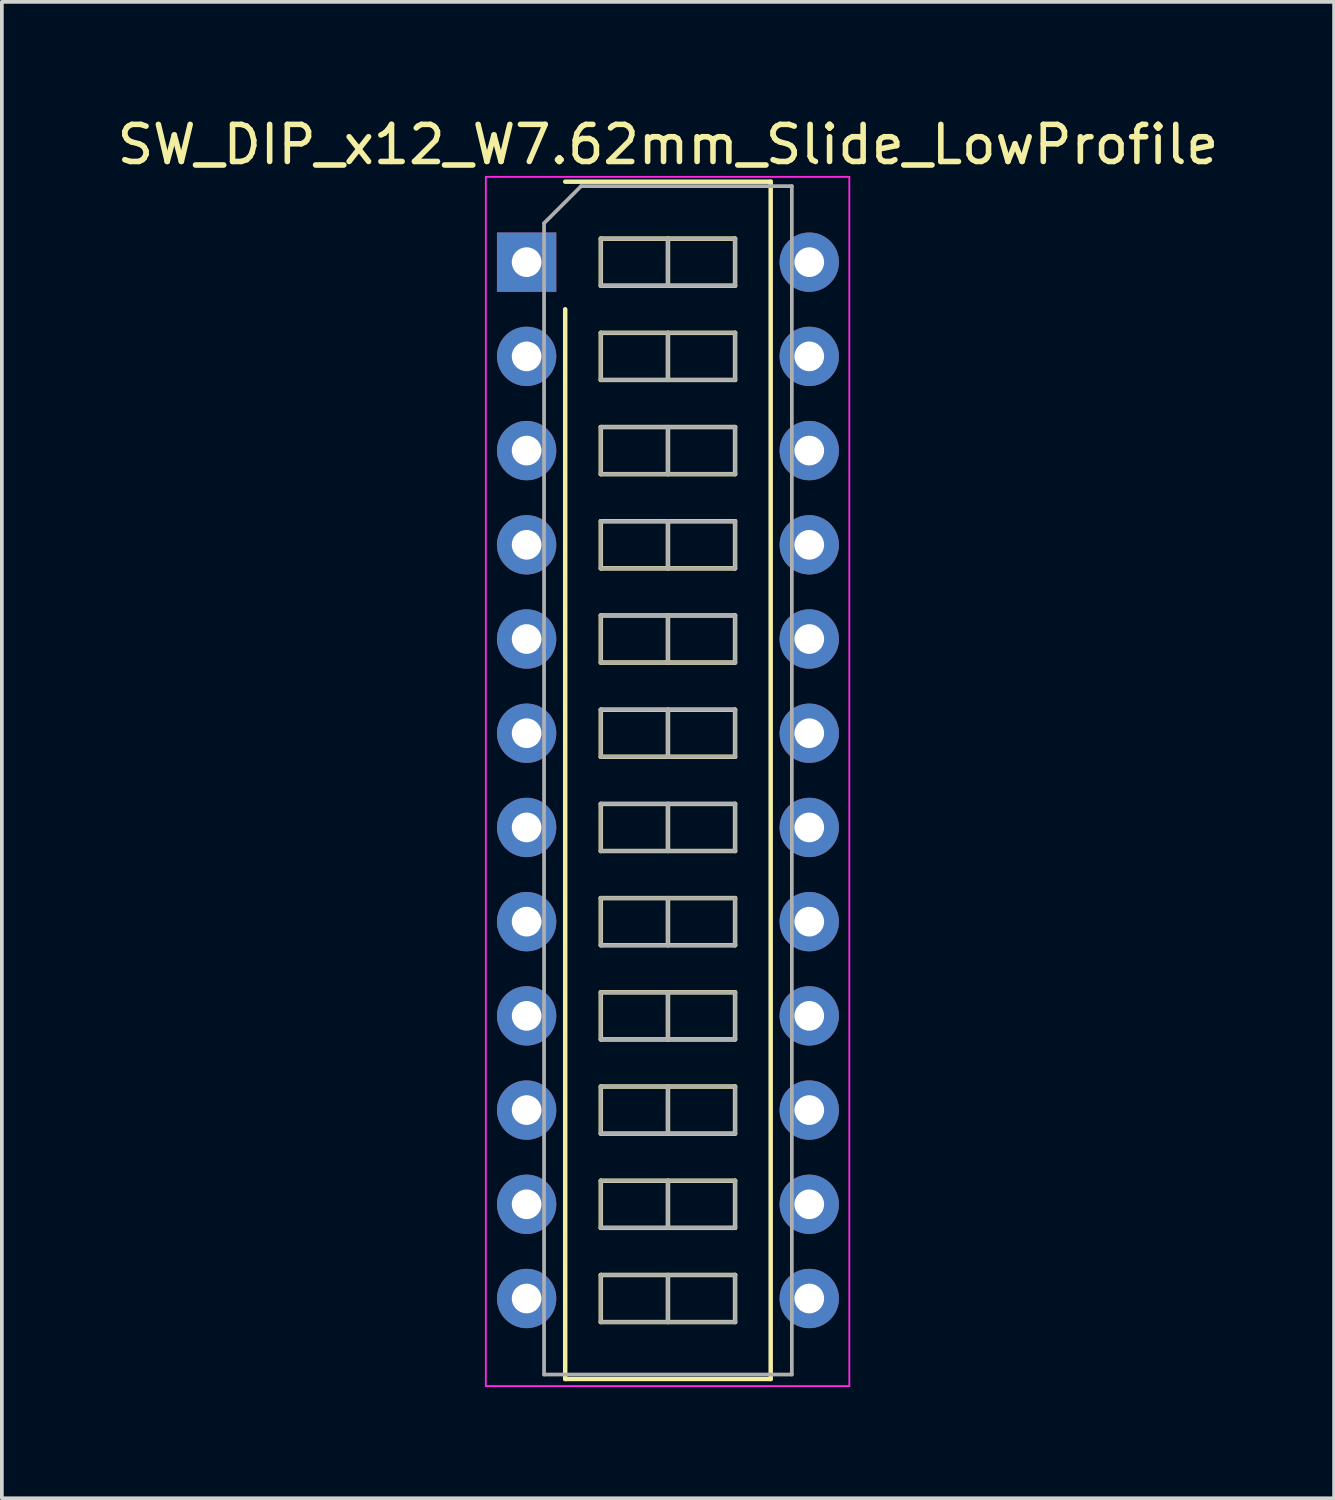
<source format=kicad_pcb>
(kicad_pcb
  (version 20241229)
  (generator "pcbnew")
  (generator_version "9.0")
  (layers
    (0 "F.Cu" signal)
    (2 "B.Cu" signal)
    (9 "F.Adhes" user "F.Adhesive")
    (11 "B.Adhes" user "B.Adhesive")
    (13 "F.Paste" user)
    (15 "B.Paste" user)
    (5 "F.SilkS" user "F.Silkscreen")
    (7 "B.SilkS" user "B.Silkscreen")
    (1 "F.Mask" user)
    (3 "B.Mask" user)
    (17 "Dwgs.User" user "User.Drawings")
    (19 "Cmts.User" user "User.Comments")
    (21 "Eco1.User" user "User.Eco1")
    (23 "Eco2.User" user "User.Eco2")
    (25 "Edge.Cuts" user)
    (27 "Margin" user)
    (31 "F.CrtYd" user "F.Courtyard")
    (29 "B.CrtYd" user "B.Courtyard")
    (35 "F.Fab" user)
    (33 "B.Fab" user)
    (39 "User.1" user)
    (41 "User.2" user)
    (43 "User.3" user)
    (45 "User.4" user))
  (footprint "SW_DIP_x12_W7.62mm_Slide_LowProfile"
    (layer "F.Cu")
    (at 11.148 4.018)
    (property "Reference" "SW_DIP_x12_W7.62mm_Slide_LowProfile" (at 3.81 -3.17 0) (layer "F.SilkS") (effects (font (size 1 1) (thickness 0.15))))
    (attr through_hole)
    (fp_line (start 1.04 -2.17) (end 6.58 -2.17) (stroke (width 0.12) (type solid)) (layer "F.SilkS"))
    (fp_line (start 1.04 30.11) (end 1.04 1.27) (stroke (width 0.12) (type solid)) (layer "F.SilkS"))
    (fp_line (start 2 -0.635) (end 2 0.635) (stroke (width 0.12) (type solid)) (layer "F.SilkS"))
    (fp_line (start 2 0.635) (end 5.62 0.635) (stroke (width 0.12) (type solid)) (layer "F.SilkS"))
    (fp_line (start 2 1.905) (end 2 3.175) (stroke (width 0.12) (type solid)) (layer "F.SilkS"))
    (fp_line (start 2 3.175) (end 5.62 3.175) (stroke (width 0.12) (type solid)) (layer "F.SilkS"))
    (fp_line (start 2 4.445) (end 2 5.715) (stroke (width 0.12) (type solid)) (layer "F.SilkS"))
    (fp_line (start 2 5.715) (end 5.62 5.715) (stroke (width 0.12) (type solid)) (layer "F.SilkS"))
    (fp_line (start 2 6.985) (end 2 8.255) (stroke (width 0.12) (type solid)) (layer "F.SilkS"))
    (fp_line (start 2 8.255) (end 5.62 8.255) (stroke (width 0.12) (type solid)) (layer "F.SilkS"))
    (fp_line (start 2 9.525) (end 2 10.795) (stroke (width 0.12) (type solid)) (layer "F.SilkS"))
    (fp_line (start 2 10.795) (end 5.62 10.795) (stroke (width 0.12) (type solid)) (layer "F.SilkS"))
    (fp_line (start 2 12.065) (end 2 13.335) (stroke (width 0.12) (type solid)) (layer "F.SilkS"))
    (fp_line (start 2 13.335) (end 5.62 13.335) (stroke (width 0.12) (type solid)) (layer "F.SilkS"))
    (fp_line (start 2 14.605) (end 2 15.875) (stroke (width 0.12) (type solid)) (layer "F.SilkS"))
    (fp_line (start 2 15.875) (end 5.62 15.875) (stroke (width 0.12) (type solid)) (layer "F.SilkS"))
    (fp_line (start 2 17.145) (end 2 18.415) (stroke (width 0.12) (type solid)) (layer "F.SilkS"))
    (fp_line (start 2 18.415) (end 5.62 18.415) (stroke (width 0.12) (type solid)) (layer "F.SilkS"))
    (fp_line (start 2 19.685) (end 2 20.955) (stroke (width 0.12) (type solid)) (layer "F.SilkS"))
    (fp_line (start 2 20.955) (end 5.62 20.955) (stroke (width 0.12) (type solid)) (layer "F.SilkS"))
    (fp_line (start 2 22.225) (end 2 23.495) (stroke (width 0.12) (type solid)) (layer "F.SilkS"))
    (fp_line (start 2 23.495) (end 5.62 23.495) (stroke (width 0.12) (type solid)) (layer "F.SilkS"))
    (fp_line (start 2 24.765) (end 2 26.035) (stroke (width 0.12) (type solid)) (layer "F.SilkS"))
    (fp_line (start 2 26.035) (end 5.62 26.035) (stroke (width 0.12) (type solid)) (layer "F.SilkS"))
    (fp_line (start 2 27.305) (end 2 28.575) (stroke (width 0.12) (type solid)) (layer "F.SilkS"))
    (fp_line (start 2 28.575) (end 5.62 28.575) (stroke (width 0.12) (type solid)) (layer "F.SilkS"))
    (fp_line (start 3.81 -0.635) (end 3.81 0.635) (stroke (width 0.12) (type solid)) (layer "F.SilkS"))
    (fp_line (start 3.81 1.905) (end 3.81 3.175) (stroke (width 0.12) (type solid)) (layer "F.SilkS"))
    (fp_line (start 3.81 4.445) (end 3.81 5.715) (stroke (width 0.12) (type solid)) (layer "F.SilkS"))
    (fp_line (start 3.81 6.985) (end 3.81 8.255) (stroke (width 0.12) (type solid)) (layer "F.SilkS"))
    (fp_line (start 3.81 9.525) (end 3.81 10.795) (stroke (width 0.12) (type solid)) (layer "F.SilkS"))
    (fp_line (start 3.81 12.065) (end 3.81 13.335) (stroke (width 0.12) (type solid)) (layer "F.SilkS"))
    (fp_line (start 3.81 14.605) (end 3.81 15.875) (stroke (width 0.12) (type solid)) (layer "F.SilkS"))
    (fp_line (start 3.81 17.145) (end 3.81 18.415) (stroke (width 0.12) (type solid)) (layer "F.SilkS"))
    (fp_line (start 3.81 19.685) (end 3.81 20.955) (stroke (width 0.12) (type solid)) (layer "F.SilkS"))
    (fp_line (start 3.81 22.225) (end 3.81 23.495) (stroke (width 0.12) (type solid)) (layer "F.SilkS"))
    (fp_line (start 3.81 24.765) (end 3.81 26.035) (stroke (width 0.12) (type solid)) (layer "F.SilkS"))
    (fp_line (start 3.81 27.305) (end 3.81 28.575) (stroke (width 0.12) (type solid)) (layer "F.SilkS"))
    (fp_line (start 5.62 -0.635) (end 2 -0.635) (stroke (width 0.12) (type solid)) (layer "F.SilkS"))
    (fp_line (start 5.62 0.635) (end 5.62 -0.635) (stroke (width 0.12) (type solid)) (layer "F.SilkS"))
    (fp_line (start 5.62 1.905) (end 2 1.905) (stroke (width 0.12) (type solid)) (layer "F.SilkS"))
    (fp_line (start 5.62 3.175) (end 5.62 1.905) (stroke (width 0.12) (type solid)) (layer "F.SilkS"))
    (fp_line (start 5.62 4.445) (end 2 4.445) (stroke (width 0.12) (type solid)) (layer "F.SilkS"))
    (fp_line (start 5.62 5.715) (end 5.62 4.445) (stroke (width 0.12) (type solid)) (layer "F.SilkS"))
    (fp_line (start 5.62 6.985) (end 2 6.985) (stroke (width 0.12) (type solid)) (layer "F.SilkS"))
    (fp_line (start 5.62 8.255) (end 5.62 6.985) (stroke (width 0.12) (type solid)) (layer "F.SilkS"))
    (fp_line (start 5.62 9.525) (end 2 9.525) (stroke (width 0.12) (type solid)) (layer "F.SilkS"))
    (fp_line (start 5.62 10.795) (end 5.62 9.525) (stroke (width 0.12) (type solid)) (layer "F.SilkS"))
    (fp_line (start 5.62 12.065) (end 2 12.065) (stroke (width 0.12) (type solid)) (layer "F.SilkS"))
    (fp_line (start 5.62 13.335) (end 5.62 12.065) (stroke (width 0.12) (type solid)) (layer "F.SilkS"))
    (fp_line (start 5.62 14.605) (end 2 14.605) (stroke (width 0.12) (type solid)) (layer "F.SilkS"))
    (fp_line (start 5.62 15.875) (end 5.62 14.605) (stroke (width 0.12) (type solid)) (layer "F.SilkS"))
    (fp_line (start 5.62 17.145) (end 2 17.145) (stroke (width 0.12) (type solid)) (layer "F.SilkS"))
    (fp_line (start 5.62 18.415) (end 5.62 17.145) (stroke (width 0.12) (type solid)) (layer "F.SilkS"))
    (fp_line (start 5.62 19.685) (end 2 19.685) (stroke (width 0.12) (type solid)) (layer "F.SilkS"))
    (fp_line (start 5.62 20.955) (end 5.62 19.685) (stroke (width 0.12) (type solid)) (layer "F.SilkS"))
    (fp_line (start 5.62 22.225) (end 2 22.225) (stroke (width 0.12) (type solid)) (layer "F.SilkS"))
    (fp_line (start 5.62 23.495) (end 5.62 22.225) (stroke (width 0.12) (type solid)) (layer "F.SilkS"))
    (fp_line (start 5.62 24.765) (end 2 24.765) (stroke (width 0.12) (type solid)) (layer "F.SilkS"))
    (fp_line (start 5.62 26.035) (end 5.62 24.765) (stroke (width 0.12) (type solid)) (layer "F.SilkS"))
    (fp_line (start 5.62 27.305) (end 2 27.305) (stroke (width 0.12) (type solid)) (layer "F.SilkS"))
    (fp_line (start 5.62 28.575) (end 5.62 27.305) (stroke (width 0.12) (type solid)) (layer "F.SilkS"))
    (fp_line (start 6.58 -2.17) (end 6.58 30.11) (stroke (width 0.12) (type solid)) (layer "F.SilkS"))
    (fp_line (start 6.58 30.11) (end 1.04 30.11) (stroke (width 0.12) (type solid)) (layer "F.SilkS"))
    (fp_line (start -1.1 -2.3) (end -1.1 30.3) (stroke (width 0.05) (type solid)) (layer "F.CrtYd"))
    (fp_line (start -1.1 30.3) (end 8.7 30.3) (stroke (width 0.05) (type solid)) (layer "F.CrtYd"))
    (fp_line (start 8.7 -2.3) (end -1.1 -2.3) (stroke (width 0.05) (type solid)) (layer "F.CrtYd"))
    (fp_line (start 8.7 30.3) (end 8.7 -2.3) (stroke (width 0.05) (type solid)) (layer "F.CrtYd"))
    (fp_line (start 0.47 -1.05) (end 1.47 -2.05) (stroke (width 0.1) (type solid)) (layer "F.Fab"))
    (fp_line (start 0.47 29.99) (end 0.47 -1.05) (stroke (width 0.1) (type solid)) (layer "F.Fab"))
    (fp_line (start 1.47 -2.05) (end 7.15 -2.05) (stroke (width 0.1) (type solid)) (layer "F.Fab"))
    (fp_line (start 2 -0.635) (end 2 0.635) (stroke (width 0.1) (type solid)) (layer "F.Fab"))
    (fp_line (start 2 0.635) (end 5.62 0.635) (stroke (width 0.1) (type solid)) (layer "F.Fab"))
    (fp_line (start 2 1.905) (end 2 3.175) (stroke (width 0.1) (type solid)) (layer "F.Fab"))
    (fp_line (start 2 3.175) (end 5.62 3.175) (stroke (width 0.1) (type solid)) (layer "F.Fab"))
    (fp_line (start 2 4.445) (end 2 5.715) (stroke (width 0.1) (type solid)) (layer "F.Fab"))
    (fp_line (start 2 5.715) (end 5.62 5.715) (stroke (width 0.1) (type solid)) (layer "F.Fab"))
    (fp_line (start 2 6.985) (end 2 8.255) (stroke (width 0.1) (type solid)) (layer "F.Fab"))
    (fp_line (start 2 8.255) (end 5.62 8.255) (stroke (width 0.1) (type solid)) (layer "F.Fab"))
    (fp_line (start 2 9.525) (end 2 10.795) (stroke (width 0.1) (type solid)) (layer "F.Fab"))
    (fp_line (start 2 10.795) (end 5.62 10.795) (stroke (width 0.1) (type solid)) (layer "F.Fab"))
    (fp_line (start 2 12.065) (end 2 13.335) (stroke (width 0.1) (type solid)) (layer "F.Fab"))
    (fp_line (start 2 13.335) (end 5.62 13.335) (stroke (width 0.1) (type solid)) (layer "F.Fab"))
    (fp_line (start 2 14.605) (end 2 15.875) (stroke (width 0.1) (type solid)) (layer "F.Fab"))
    (fp_line (start 2 15.875) (end 5.62 15.875) (stroke (width 0.1) (type solid)) (layer "F.Fab"))
    (fp_line (start 2 17.145) (end 2 18.415) (stroke (width 0.1) (type solid)) (layer "F.Fab"))
    (fp_line (start 2 18.415) (end 5.62 18.415) (stroke (width 0.1) (type solid)) (layer "F.Fab"))
    (fp_line (start 2 19.685) (end 2 20.955) (stroke (width 0.1) (type solid)) (layer "F.Fab"))
    (fp_line (start 2 20.955) (end 5.62 20.955) (stroke (width 0.1) (type solid)) (layer "F.Fab"))
    (fp_line (start 2 22.225) (end 2 23.495) (stroke (width 0.1) (type solid)) (layer "F.Fab"))
    (fp_line (start 2 23.495) (end 5.62 23.495) (stroke (width 0.1) (type solid)) (layer "F.Fab"))
    (fp_line (start 2 24.765) (end 2 26.035) (stroke (width 0.1) (type solid)) (layer "F.Fab"))
    (fp_line (start 2 26.035) (end 5.62 26.035) (stroke (width 0.1) (type solid)) (layer "F.Fab"))
    (fp_line (start 2 27.305) (end 2 28.575) (stroke (width 0.1) (type solid)) (layer "F.Fab"))
    (fp_line (start 2 28.575) (end 5.62 28.575) (stroke (width 0.1) (type solid)) (layer "F.Fab"))
    (fp_line (start 3.81 -0.635) (end 3.81 0.635) (stroke (width 0.1) (type solid)) (layer "F.Fab"))
    (fp_line (start 3.81 1.905) (end 3.81 3.175) (stroke (width 0.1) (type solid)) (layer "F.Fab"))
    (fp_line (start 3.81 4.445) (end 3.81 5.715) (stroke (width 0.1) (type solid)) (layer "F.Fab"))
    (fp_line (start 3.81 6.985) (end 3.81 8.255) (stroke (width 0.1) (type solid)) (layer "F.Fab"))
    (fp_line (start 3.81 9.525) (end 3.81 10.795) (stroke (width 0.1) (type solid)) (layer "F.Fab"))
    (fp_line (start 3.81 12.065) (end 3.81 13.335) (stroke (width 0.1) (type solid)) (layer "F.Fab"))
    (fp_line (start 3.81 14.605) (end 3.81 15.875) (stroke (width 0.1) (type solid)) (layer "F.Fab"))
    (fp_line (start 3.81 17.145) (end 3.81 18.415) (stroke (width 0.1) (type solid)) (layer "F.Fab"))
    (fp_line (start 3.81 19.685) (end 3.81 20.955) (stroke (width 0.1) (type solid)) (layer "F.Fab"))
    (fp_line (start 3.81 22.225) (end 3.81 23.495) (stroke (width 0.1) (type solid)) (layer "F.Fab"))
    (fp_line (start 3.81 24.765) (end 3.81 26.035) (stroke (width 0.1) (type solid)) (layer "F.Fab"))
    (fp_line (start 3.81 27.305) (end 3.81 28.575) (stroke (width 0.1) (type solid)) (layer "F.Fab"))
    (fp_line (start 5.62 -0.635) (end 2 -0.635) (stroke (width 0.1) (type solid)) (layer "F.Fab"))
    (fp_line (start 5.62 0.635) (end 5.62 -0.635) (stroke (width 0.1) (type solid)) (layer "F.Fab"))
    (fp_line (start 5.62 1.905) (end 2 1.905) (stroke (width 0.1) (type solid)) (layer "F.Fab"))
    (fp_line (start 5.62 3.175) (end 5.62 1.905) (stroke (width 0.1) (type solid)) (layer "F.Fab"))
    (fp_line (start 5.62 4.445) (end 2 4.445) (stroke (width 0.1) (type solid)) (layer "F.Fab"))
    (fp_line (start 5.62 5.715) (end 5.62 4.445) (stroke (width 0.1) (type solid)) (layer "F.Fab"))
    (fp_line (start 5.62 6.985) (end 2 6.985) (stroke (width 0.1) (type solid)) (layer "F.Fab"))
    (fp_line (start 5.62 8.255) (end 5.62 6.985) (stroke (width 0.1) (type solid)) (layer "F.Fab"))
    (fp_line (start 5.62 9.525) (end 2 9.525) (stroke (width 0.1) (type solid)) (layer "F.Fab"))
    (fp_line (start 5.62 10.795) (end 5.62 9.525) (stroke (width 0.1) (type solid)) (layer "F.Fab"))
    (fp_line (start 5.62 12.065) (end 2 12.065) (stroke (width 0.1) (type solid)) (layer "F.Fab"))
    (fp_line (start 5.62 13.335) (end 5.62 12.065) (stroke (width 0.1) (type solid)) (layer "F.Fab"))
    (fp_line (start 5.62 14.605) (end 2 14.605) (stroke (width 0.1) (type solid)) (layer "F.Fab"))
    (fp_line (start 5.62 15.875) (end 5.62 14.605) (stroke (width 0.1) (type solid)) (layer "F.Fab"))
    (fp_line (start 5.62 17.145) (end 2 17.145) (stroke (width 0.1) (type solid)) (layer "F.Fab"))
    (fp_line (start 5.62 18.415) (end 5.62 17.145) (stroke (width 0.1) (type solid)) (layer "F.Fab"))
    (fp_line (start 5.62 19.685) (end 2 19.685) (stroke (width 0.1) (type solid)) (layer "F.Fab"))
    (fp_line (start 5.62 20.955) (end 5.62 19.685) (stroke (width 0.1) (type solid)) (layer "F.Fab"))
    (fp_line (start 5.62 22.225) (end 2 22.225) (stroke (width 0.1) (type solid)) (layer "F.Fab"))
    (fp_line (start 5.62 23.495) (end 5.62 22.225) (stroke (width 0.1) (type solid)) (layer "F.Fab"))
    (fp_line (start 5.62 24.765) (end 2 24.765) (stroke (width 0.1) (type solid)) (layer "F.Fab"))
    (fp_line (start 5.62 26.035) (end 5.62 24.765) (stroke (width 0.1) (type solid)) (layer "F.Fab"))
    (fp_line (start 5.62 27.305) (end 2 27.305) (stroke (width 0.1) (type solid)) (layer "F.Fab"))
    (fp_line (start 5.62 28.575) (end 5.62 27.305) (stroke (width 0.1) (type solid)) (layer "F.Fab"))
    (fp_line (start 7.15 -2.05) (end 7.15 29.99) (stroke (width 0.1) (type solid)) (layer "F.Fab"))
    (fp_line (start 7.15 29.99) (end 0.47 29.99) (stroke (width 0.1) (type solid)) (layer "F.Fab"))
    (pad "1" thru_hole rect (at 0 0) (size 1.6 1.6) (drill 0.8) (layers "*.Cu" "*.Mask"))
    (pad "2" thru_hole oval (at 0 2.54) (size 1.6 1.6) (drill 0.8) (layers "*.Cu" "*.Mask"))
    (pad "3" thru_hole oval (at 0 5.08) (size 1.6 1.6) (drill 0.8) (layers "*.Cu" "*.Mask"))
    (pad "4" thru_hole oval (at 0 7.62) (size 1.6 1.6) (drill 0.8) (layers "*.Cu" "*.Mask"))
    (pad "5" thru_hole oval (at 0 10.16) (size 1.6 1.6) (drill 0.8) (layers "*.Cu" "*.Mask"))
    (pad "6" thru_hole oval (at 0 12.7) (size 1.6 1.6) (drill 0.8) (layers "*.Cu" "*.Mask"))
    (pad "7" thru_hole oval (at 0 15.24) (size 1.6 1.6) (drill 0.8) (layers "*.Cu" "*.Mask"))
    (pad "8" thru_hole oval (at 0 17.78) (size 1.6 1.6) (drill 0.8) (layers "*.Cu" "*.Mask"))
    (pad "9" thru_hole oval (at 0 20.32) (size 1.6 1.6) (drill 0.8) (layers "*.Cu" "*.Mask"))
    (pad "10" thru_hole oval (at 0 22.86) (size 1.6 1.6) (drill 0.8) (layers "*.Cu" "*.Mask"))
    (pad "11" thru_hole oval (at 0 25.4) (size 1.6 1.6) (drill 0.8) (layers "*.Cu" "*.Mask"))
    (pad "12" thru_hole oval (at 0 27.94) (size 1.6 1.6) (drill 0.8) (layers "*.Cu" "*.Mask"))
    (pad "13" thru_hole oval (at 7.62 27.94) (size 1.6 1.6) (drill 0.8) (layers "*.Cu" "*.Mask"))
    (pad "14" thru_hole oval (at 7.62 25.4) (size 1.6 1.6) (drill 0.8) (layers "*.Cu" "*.Mask"))
    (pad "15" thru_hole oval (at 7.62 22.86) (size 1.6 1.6) (drill 0.8) (layers "*.Cu" "*.Mask"))
    (pad "16" thru_hole oval (at 7.62 20.32) (size 1.6 1.6) (drill 0.8) (layers "*.Cu" "*.Mask"))
    (pad "17" thru_hole oval (at 7.62 17.78) (size 1.6 1.6) (drill 0.8) (layers "*.Cu" "*.Mask"))
    (pad "18" thru_hole oval (at 7.62 15.24) (size 1.6 1.6) (drill 0.8) (layers "*.Cu" "*.Mask"))
    (pad "19" thru_hole oval (at 7.62 12.7) (size 1.6 1.6) (drill 0.8) (layers "*.Cu" "*.Mask"))
    (pad "20" thru_hole oval (at 7.62 10.16) (size 1.6 1.6) (drill 0.8) (layers "*.Cu" "*.Mask"))
    (pad "21" thru_hole oval (at 7.62 7.62) (size 1.6 1.6) (drill 0.8) (layers "*.Cu" "*.Mask"))
    (pad "22" thru_hole oval (at 7.62 5.08) (size 1.6 1.6) (drill 0.8) (layers "*.Cu" "*.Mask"))
    (pad "23" thru_hole oval (at 7.62 2.54) (size 1.6 1.6) (drill 0.8) (layers "*.Cu" "*.Mask"))
    (pad "24" thru_hole oval (at 7.62 0) (size 1.6 1.6) (drill 0.8) (layers "*.Cu" "*.Mask")))
  (gr_rect
    (start -3 -3)
    (end 32.917 37.343)
    (stroke (width 0.1) (type default))
    (fill no)
    (layer "Edge.Cuts")))
</source>
